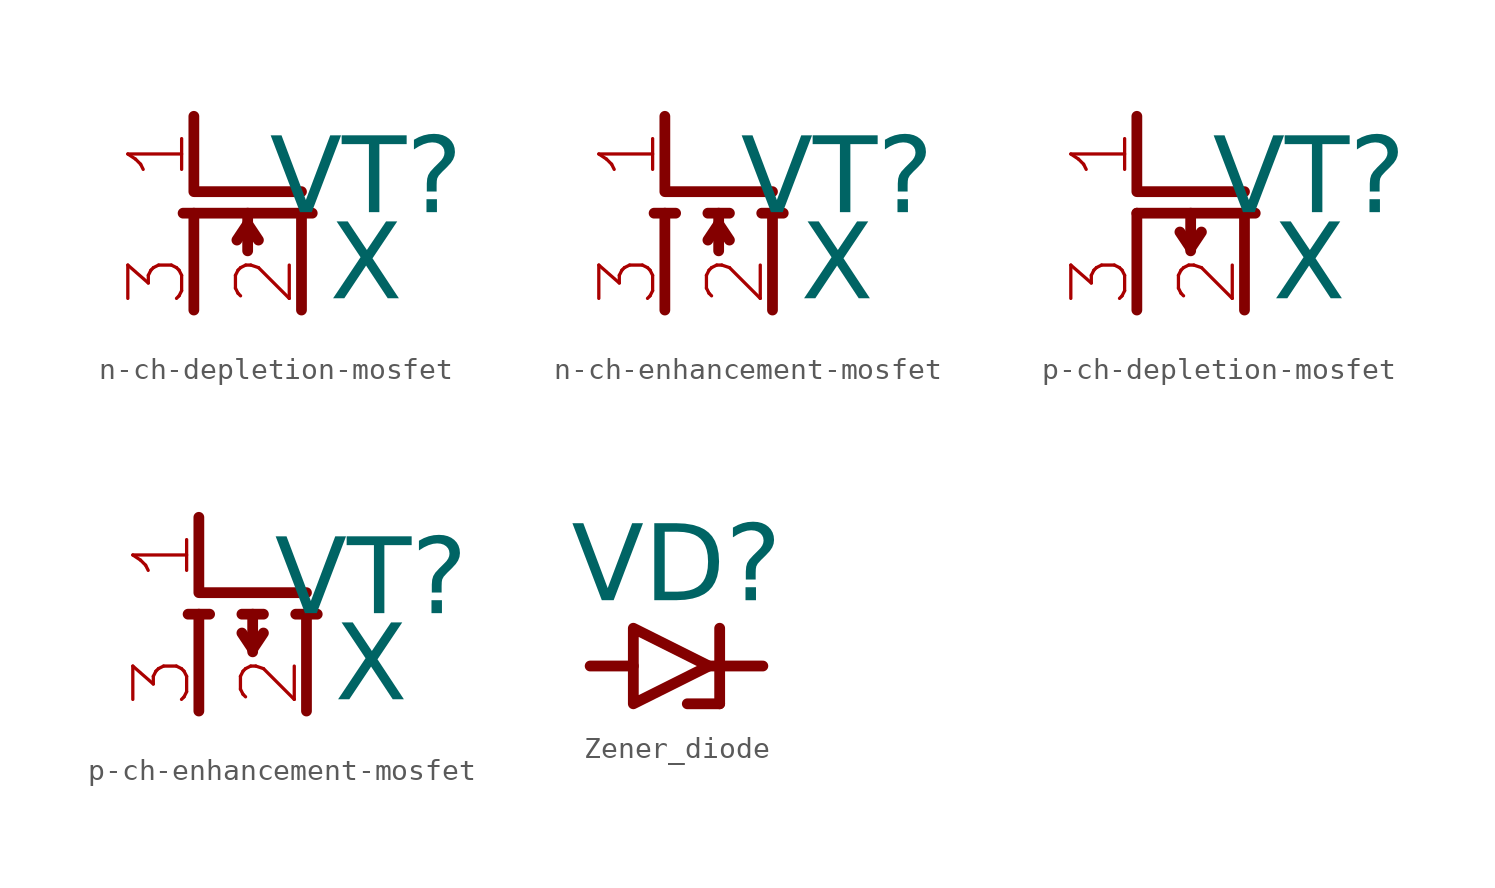
<source format=kicad_sym>
(kicad_symbol_lib
  (version 20241209)
  (generator "kicad_symbol_editor")
  (generator_version "9.0")
  (symbol "n-ch-depletion-mosfet"
    (property "Reference" "VT"
      (at 8 -3 0)
      (effects (font (face "GOST type A") (size 3.5 3.5))))
    (property "Value" "X"
      (at 8 -7 0)
      (effects (font (face "GOST type A") (size 3.5 3.5))))
    (symbol "n-ch-depletion-mosfet_0_1"
      (polyline (pts (xy -0.5 -4.5) (xy 5.5 -4.5)) (stroke (width 0.5) (type default)) (fill (type none)))
      (polyline (pts (xy 0 0) (xy 0 -3.5) (xy 5 -3.5)) (stroke (width 0.5) (type default)) (fill (type none)))
      (polyline (pts (xy 0 -4.5) (xy 0 -9)) (stroke (width 0.5) (type default)) (fill (type none)))
      (polyline (pts (xy 2.5 -4.5) (xy 2.5 -6.25)) (stroke (width 0.5) (type default)) (fill (type none)))
      (polyline (pts (xy 2.5 -5) (xy 2 -5.75)) (stroke (width 0.5) (type default)) (fill (type none)))
      (polyline (pts (xy 2.5 -5) (xy 3 -5.75)) (stroke (width 0.5) (type default)) (fill (type none)))
      (polyline (pts (xy 5 -4.5) (xy 5 -9)) (stroke (width 0.5) (type default)) (fill (type none))))
    (symbol "n-ch-depletion-mosfet_1_1"
      (pin input line (at 0 0 270) (length 3.5) (name "" (effects (font (size 2.5 2.5)))) (number "1" (effects (font (size 2.5 2.5)))))
      (pin passive line (at 0 -9 90) (length 2.75) (name "" (effects (font (size 2.5 2.5)))) (number "3" (effects (font (size 2.5 2.5)))))
      (pin passive line (at 5 -9 90) (length 2.75) (name "" (effects (font (size 2.5 2.5)))) (number "2" (effects (font (size 2.5 2.5)))))))
  (symbol "n-ch-enhancement-mosfet"
    (pin_names
      (offset 0.5))
    (property "Reference" "VT"
      (at 8 -3 0)
      (effects (font (face "GOST type A") (size 3.5 3.5))))
    (property "Value" "X"
      (at 8 -7 0)
      (effects (font (face "GOST type A") (size 3.5 3.5))))
    (symbol "n-ch-enhancement-mosfet_0_1"
      (polyline (pts (xy -0.5 -4.5) (xy 0.5 -4.5)) (stroke (width 0.5) (type default)) (fill (type none)))
      (polyline (pts (xy 0 0) (xy 0 -3.5) (xy 5 -3.5)) (stroke (width 0.5) (type default)) (fill (type none)))
      (polyline (pts (xy 0 -4.5) (xy 0 -9)) (stroke (width 0.5) (type default)) (fill (type none)))
      (polyline (pts (xy 2.5 -4.5) (xy 2.5 -6.25)) (stroke (width 0.5) (type default)) (fill (type none)))
      (polyline (pts (xy 2.5 -5) (xy 2 -5.75)) (stroke (width 0.5) (type default)) (fill (type none)))
      (polyline (pts (xy 2.5 -5) (xy 3 -5.75)) (stroke (width 0.5) (type default)) (fill (type none)))
      (polyline (pts (xy 3 -4.5) (xy 2 -4.5)) (stroke (width 0.5) (type default)) (fill (type none)))
      (polyline (pts (xy 4.5 -4.5) (xy 5.5 -4.5)) (stroke (width 0.5) (type default)) (fill (type none)))
      (polyline (pts (xy 5 -4.5) (xy 5 -9)) (stroke (width 0.5) (type default)) (fill (type none))))
    (symbol "n-ch-enhancement-mosfet_1_1"
      (pin input line (at 0 0 270) (length 3.5) (name "" (effects (font (size 2.5 2.5)))) (number "1" (effects (font (size 2.5 2.5)))))
      (pin passive line (at 0 -9 90) (length 2.75) (name "" (effects (font (size 2.5 2.5)))) (number "3" (effects (font (size 2.5 2.5)))))
      (pin passive line (at 5 -9 90) (length 2.75) (name "" (effects (font (size 2.5 2.5)))) (number "2" (effects (font (size 2.5 2.5)))))))
  (symbol "p-ch-depletion-mosfet"
    (pin_names
      (offset 0.5))
    (property "Reference" "VT"
      (at 8 -3 0)
      (effects (font (face "GOST type A") (size 3.5 3.5))))
    (property "Value" "X"
      (at 8 -7 0)
      (effects (font (face "GOST type A") (size 3.5 3.5))))
    (symbol "p-ch-depletion-mosfet_0_1"
      (polyline (pts (xy 0 0) (xy 0 -3.5) (xy 5 -3.5)) (stroke (width 0.5) (type default)) (fill (type none)))
      (polyline (pts (xy 0 -4.5) (xy 0 -9)) (stroke (width 0.5) (type default)) (fill (type none)))
      (polyline (pts (xy 0 -4.5) (xy 5.5 -4.5)) (stroke (width 0.5) (type default)) (fill (type none)))
      (polyline (pts (xy 2 -5.375) (xy 2.5 -6.125)) (stroke (width 0.5) (type default)) (fill (type none)))
      (polyline (pts (xy 2.5 -4.5) (xy 2.5 -6.25)) (stroke (width 0.5) (type default)) (fill (type none)))
      (polyline (pts (xy 3 -5.375) (xy 2.5 -6.125)) (stroke (width 0.5) (type default)) (fill (type none)))
      (polyline (pts (xy 5 -4.5) (xy 5 -9)) (stroke (width 0.5) (type default)) (fill (type none))))
    (symbol "p-ch-depletion-mosfet_1_1"
      (pin input line (at 0 0 270) (length 3.5) (name "" (effects (font (size 2.5 2.5)))) (number "1" (effects (font (size 2.5 2.5)))))
      (pin passive line (at 0 -9 90) (length 2.75) (name "" (effects (font (size 2.5 2.5)))) (number "3" (effects (font (size 2.5 2.5)))))
      (pin passive line (at 5 -9 90) (length 2.75) (name "" (effects (font (size 2.5 2.5)))) (number "2" (effects (font (size 2.5 2.5)))))))
  (symbol "p-ch-enhancement-mosfet"
    (pin_names
      (offset 0.5))
    (property "Reference" "VT"
      (at 8 -3 0)
      (effects (font (face "GOST type A") (size 3.5 3.5))))
    (property "Value" "X"
      (at 8 -7 0)
      (effects (font (face "GOST type A") (size 3.5 3.5))))
    (symbol "p-ch-enhancement-mosfet_0_1"
      (polyline (pts (xy -0.5 -4.5) (xy 0.5 -4.5)) (stroke (width 0.5) (type default)) (fill (type none)))
      (polyline (pts (xy 0 0) (xy 0 -3.5) (xy 5 -3.5)) (stroke (width 0.5) (type default)) (fill (type none)))
      (polyline (pts (xy 0 -4.5) (xy 0 -9)) (stroke (width 0.5) (type default)) (fill (type none)))
      (polyline (pts (xy 2 -5.375) (xy 2.5 -6.125)) (stroke (width 0.5) (type default)) (fill (type none)))
      (polyline (pts (xy 2.5 -4.5) (xy 2.5 -6.25)) (stroke (width 0.5) (type default)) (fill (type none)))
      (polyline (pts (xy 3 -4.5) (xy 2 -4.5)) (stroke (width 0.5) (type default)) (fill (type none)))
      (polyline (pts (xy 3 -5.375) (xy 2.5 -6.125)) (stroke (width 0.5) (type default)) (fill (type none)))
      (polyline (pts (xy 4.5 -4.5) (xy 5.5 -4.5)) (stroke (width 0.5) (type default)) (fill (type none)))
      (polyline (pts (xy 5 -4.5) (xy 5 -9)) (stroke (width 0.5) (type default)) (fill (type none))))
    (symbol "p-ch-enhancement-mosfet_1_1"
      (pin input line (at 0 0 270) (length 3.5) (name "" (effects (font (size 2.5 2.5)))) (number "1" (effects (font (size 2.5 2.5)))))
      (pin passive line (at 0 -9 90) (length 2.75) (name "" (effects (font (size 2.5 2.5)))) (number "3" (effects (font (size 2.5 2.5)))))
      (pin passive line (at 5 -9 90) (length 2.75) (name "" (effects (font (size 2.5 2.5)))) (number "2" (effects (font (size 2.5 2.5)))))))
  (symbol "Zener_diode"
    (pin_names
      (offset 0.5))
    (property "Reference" "VD"
      (at 4 4.5 0)
      (effects (font (face "GOST type A") (size 3.5 3.5))))
    (property "Value" ""
      (at 0 0 0)
      (effects (font (size 1.27 1.27))))
    (symbol "Zener_diode_0_1"
      (polyline (pts (xy 2 0) (xy 0 0)) (stroke (width 0.5) (type default)) (fill (type none)))
      (polyline (pts (xy 5.5 0) (xy 2 1.75) (xy 2 -1.75) (xy 5.5 0)) (stroke (width 0.5) (type default)) (fill (type none)))
      (polyline (pts (xy 8 0) (xy 5.5 0)) (stroke (width 0.5) (type default)) (fill (type none))))
    (symbol "Zener_diode_1_1"
      (polyline (pts (xy 6 1.75) (xy 6 -1.75)) (stroke (width 0.5) (type solid)) (fill (type none)))
      (polyline (pts (xy 6 -1.75) (xy 4.5 -1.75)) (stroke (width 0.5) (type solid)) (fill (type none)))
      (pin passive line (at 0 0 0) (length 2) (name "" (effects (font (size 2.5 2.5)))) (number "" (effects (font (size 2.5 2.5)))))
      (pin passive line (at 8 0 180) (length 2) (name "" (effects (font (size 2.5 2.5)))) (number "" (effects (font (size 2.5 2.5))))))))
</source>
